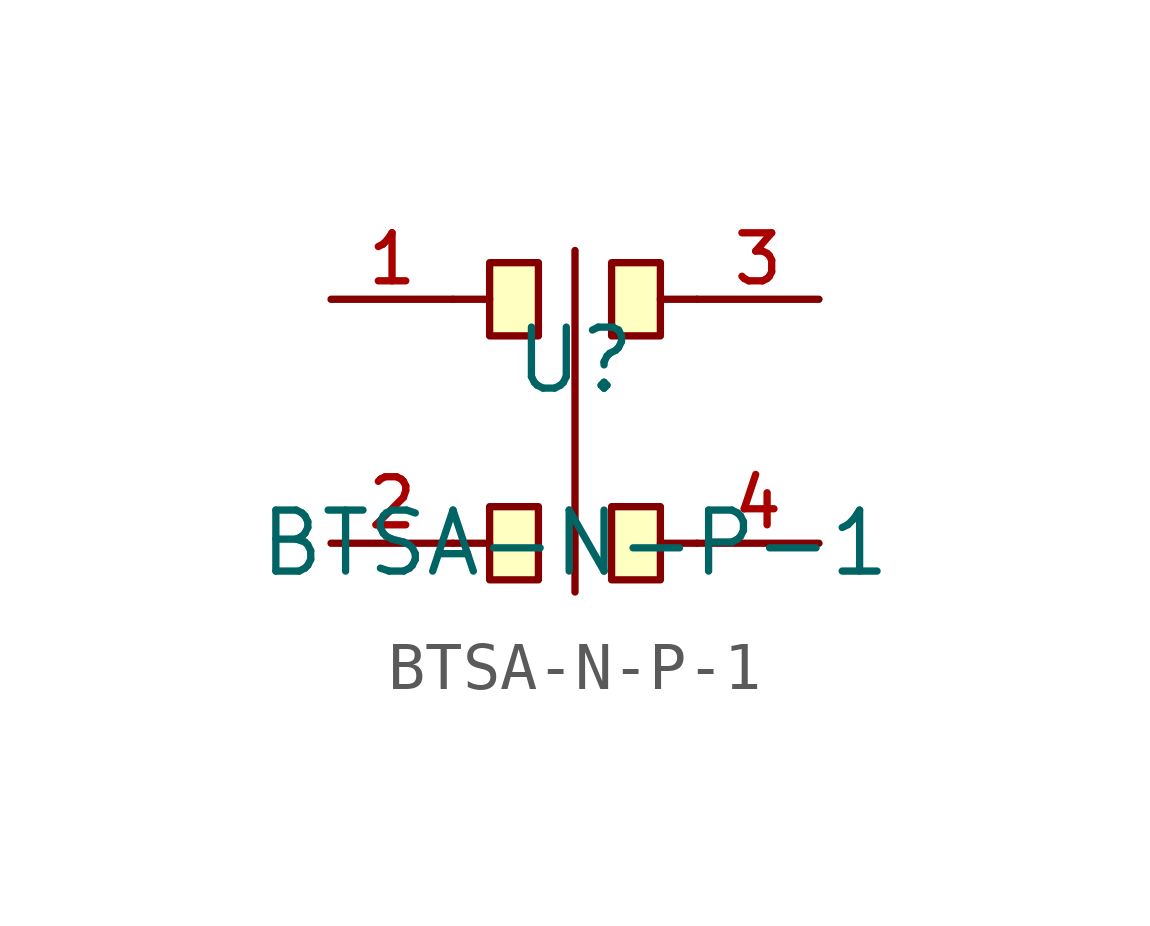
<source format=kicad_sym>
(kicad_symbol_lib
  (version 20210201)
  (generator TousstNicolas/JLC2KiCad_lib)
  (symbol "BTSA-N-P-1"
    (pin_names hide)
    (property "Reference" "U"
      (at 0 1.27 0)
      (effects (font (size 1.27 1.27))))
    (property "Value" "BTSA-N-P-1"
      (at 0 -2.54 0)
      (effects (font (size 1.27 1.27))))
    (symbol "BTSA-N-P-1_0_1"
      (pin unspecified line (at 5.08 -2.54 180) (length 2.54) (name "4" (effects (font (size 1 1)))) (number "4" (effects (font (size 1 1)))))
      (pin unspecified line (at 5.08 2.54 180) (length 2.54) (name "3" (effects (font (size 1 1)))) (number "3" (effects (font (size 1 1)))))
      (pin unspecified line (at -5.08 -2.54 0) (length 2.54) (name "2" (effects (font (size 1 1)))) (number "2" (effects (font (size 1 1)))))
      (pin unspecified line (at -5.08 2.54 0) (length 2.54) (name "1" (effects (font (size 1 1)))) (number "1" (effects (font (size 1 1)))))
      (polyline (pts (xy -1.778 -2.54) (xy -2.54 -2.54)) (stroke (width 0) (type default) (color 0 0 0 0)) (fill (type none)))
      (polyline (pts (xy -1.778 2.54) (xy -2.286 2.54) (xy -2.286 2.54) (xy -2.54 2.54)) (stroke (width 0) (type default) (color 0 0 0 0)) (fill (type none)))
      (polyline (pts (xy 1.778 -2.54) (xy 2.54 -2.54)) (stroke (width 0) (type default) (color 0 0 0 0)) (fill (type none)))
      (polyline (pts (xy 1.778 2.54) (xy 2.54 2.54)) (stroke (width 0) (type default) (color 0 0 0 0)) (fill (type none)))
      (polyline (pts (xy 0.0 3.556) (xy 0.0 -3.556)) (stroke (width 0) (type default) (color 0 0 0 0)) (fill (type none)))
      (rectangle (start 0.762 3.302) (end 1.778 1.778) (stroke (width 0) (type default) (color 0 0 0 0)) (fill (type background)))
      (rectangle (start 0.762 -1.778) (end 1.778 -3.302) (stroke (width 0) (type default) (color 0 0 0 0)) (fill (type background)))
      (rectangle (start -1.778 -1.778) (end -0.762 -3.302) (stroke (width 0) (type default) (color 0 0 0 0)) (fill (type background)))
      (rectangle (start -1.778 3.302) (end -0.762 1.778) (stroke (width 0) (type default) (color 0 0 0 0)) (fill (type background))))))
</source>
